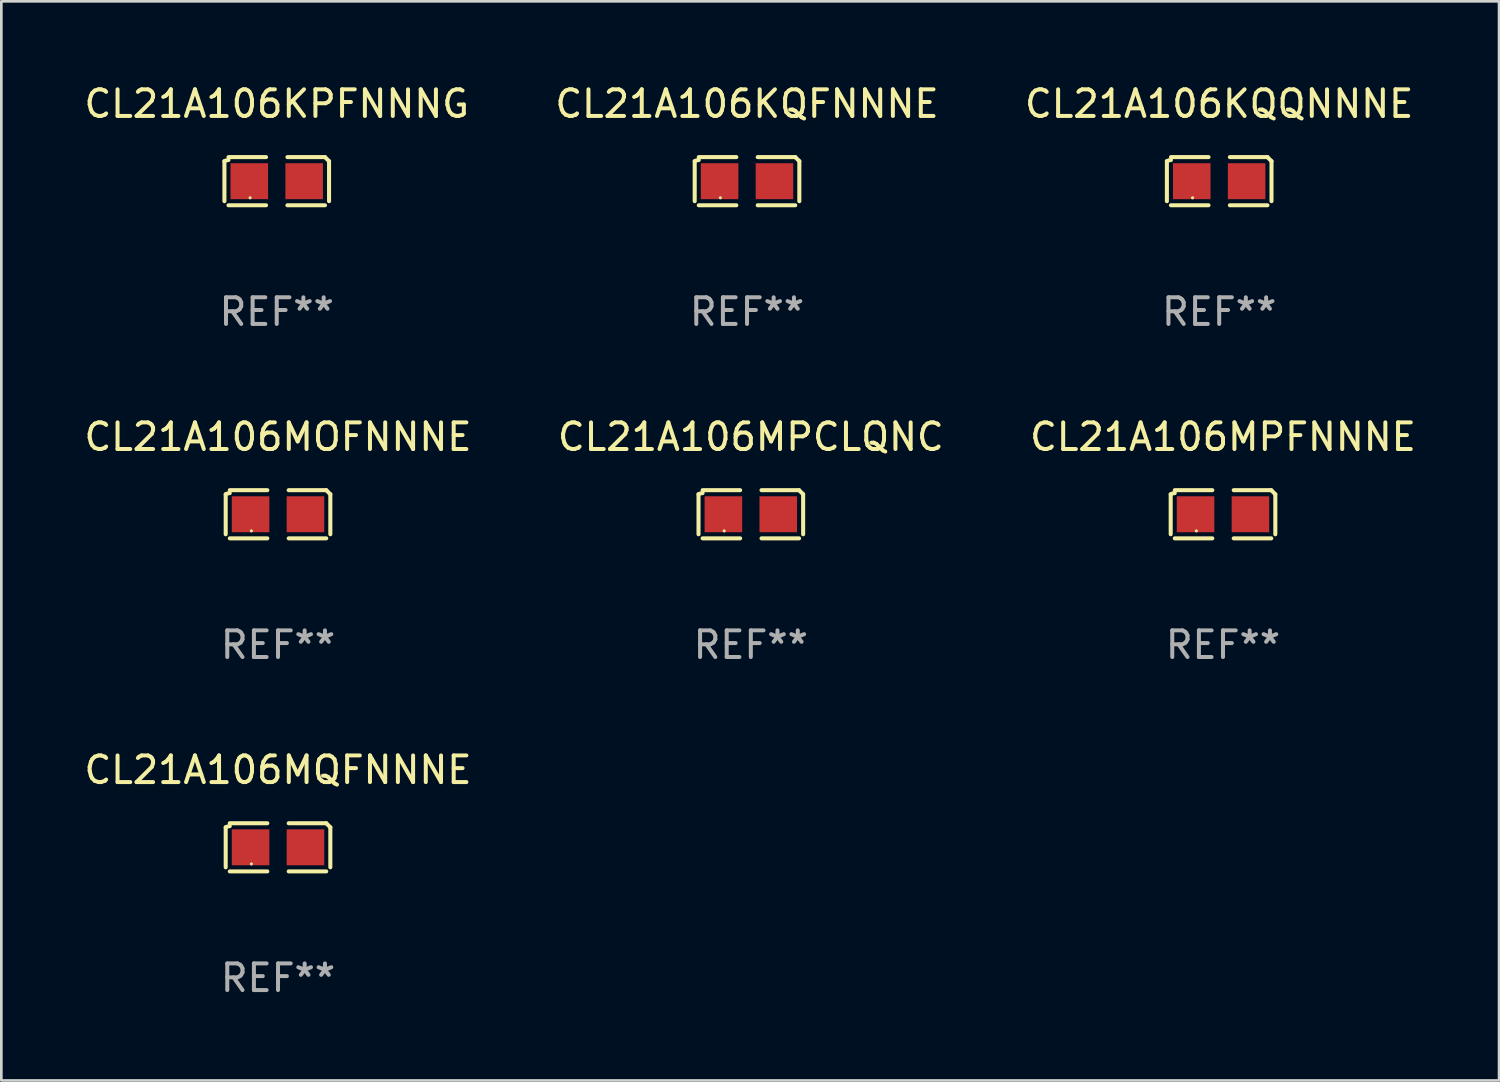
<source format=kicad_pcb>
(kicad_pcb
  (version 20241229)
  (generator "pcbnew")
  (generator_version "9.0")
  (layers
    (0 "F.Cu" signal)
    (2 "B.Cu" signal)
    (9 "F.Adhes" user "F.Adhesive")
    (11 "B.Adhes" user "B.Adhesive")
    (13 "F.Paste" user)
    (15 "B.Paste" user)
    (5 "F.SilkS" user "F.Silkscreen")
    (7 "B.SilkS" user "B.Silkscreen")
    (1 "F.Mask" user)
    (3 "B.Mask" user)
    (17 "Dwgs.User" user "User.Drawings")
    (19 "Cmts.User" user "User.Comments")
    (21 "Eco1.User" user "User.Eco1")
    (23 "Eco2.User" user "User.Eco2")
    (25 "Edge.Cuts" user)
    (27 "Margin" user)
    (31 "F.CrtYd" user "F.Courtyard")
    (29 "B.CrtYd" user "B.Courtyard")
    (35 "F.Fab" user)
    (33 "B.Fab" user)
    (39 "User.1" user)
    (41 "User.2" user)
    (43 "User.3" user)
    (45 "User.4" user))
  (footprint "CL21A106MPCLQNC"
    (layer "F.Cu")
    (at 25.137 16.256)
    (property "Reference" "CL21A106MPCLQNC" (at 0 -2.904 0) (layer "F.SilkS") (effects (font (size 1 1) (thickness 0.15))))
    (attr through_hole)
    (fp_line (start -1.964 0.751) (end -1.964 -0.751) (stroke (width 0.152) (type solid)) (layer "F.SilkS"))
    (fp_line (start -1.811 -0.904) (end -0.401 -0.904) (stroke (width 0.152) (type solid)) (layer "F.SilkS"))
    (fp_line (start -0.401 0.904) (end -1.811 0.904) (stroke (width 0.152) (type solid)) (layer "F.SilkS"))
    (fp_line (start 0.401 0.904) (end 1.811 0.904) (stroke (width 0.152) (type solid)) (layer "F.SilkS"))
    (fp_line (start 1.811 -0.904) (end 0.401 -0.904) (stroke (width 0.152) (type solid)) (layer "F.SilkS"))
    (fp_line (start 1.964 0.751) (end 1.964 -0.751) (stroke (width 0.152) (type solid)) (layer "F.SilkS"))
    (fp_arc (start -1.963602 -0.751207) (mid -1.890354 -0.783131) (end -1.811201 -0.794044) (stroke (width 0.1524) (type solid)) (layer "F.SilkS"))
    (fp_arc (start 1.811202 -0.903607) (mid 1.887413 -0.827418) (end 1.963602 -0.751207) (stroke (width 0.1524) (type solid)) (layer "F.SilkS"))
    (fp_circle (center -1 0.625) (end -0.97 0.625) (stroke (width 0.06) (type solid)) (fill no) (layer "F.SilkS"))
    (fp_text user "REF**" (at 0 4.904 0) (layer "F.Fab") (effects (font (size 1 1) (thickness 0.15))))
    (pad "1" smd rect (at -1.03 0) (size 1.41 1.35) (layers "F.Cu" "F.Mask" "F.Paste"))
    (pad "2" smd rect (at 1.03 0) (size 1.41 1.35) (layers "F.Cu" "F.Mask" "F.Paste")))
  (footprint "CL21A106MQFNNNE"
    (layer "F.Cu")
    (at 7.387 28.759)
    (property "Reference" "CL21A106MQFNNNE" (at 0 -2.904 0) (layer "F.SilkS") (effects (font (size 1 1) (thickness 0.15))))
    (attr through_hole)
    (fp_line (start -1.964 0.751) (end -1.964 -0.751) (stroke (width 0.152) (type solid)) (layer "F.SilkS"))
    (fp_line (start -1.811 -0.904) (end -0.401 -0.904) (stroke (width 0.152) (type solid)) (layer "F.SilkS"))
    (fp_line (start -0.401 0.904) (end -1.811 0.904) (stroke (width 0.152) (type solid)) (layer "F.SilkS"))
    (fp_line (start 0.401 0.904) (end 1.811 0.904) (stroke (width 0.152) (type solid)) (layer "F.SilkS"))
    (fp_line (start 1.811 -0.904) (end 0.401 -0.904) (stroke (width 0.152) (type solid)) (layer "F.SilkS"))
    (fp_line (start 1.964 0.751) (end 1.964 -0.751) (stroke (width 0.152) (type solid)) (layer "F.SilkS"))
    (fp_arc (start -1.963602 -0.751207) (mid -1.890354 -0.783131) (end -1.811201 -0.794044) (stroke (width 0.1524) (type solid)) (layer "F.SilkS"))
    (fp_arc (start 1.811202 -0.903607) (mid 1.887413 -0.827418) (end 1.963602 -0.751207) (stroke (width 0.1524) (type solid)) (layer "F.SilkS"))
    (fp_circle (center -1 0.625) (end -0.97 0.625) (stroke (width 0.06) (type solid)) (fill no) (layer "F.SilkS"))
    (fp_text user "REF**" (at 0 4.904 0) (layer "F.Fab") (effects (font (size 1 1) (thickness 0.15))))
    (pad "1" smd rect (at -1.03 0) (size 1.41 1.35) (layers "F.Cu" "F.Mask" "F.Paste"))
    (pad "2" smd rect (at 1.03 0) (size 1.41 1.35) (layers "F.Cu" "F.Mask" "F.Paste")))
  (footprint "CL21A106KQFNNNE"
    (layer "F.Cu")
    (at 24.994 3.752)
    (property "Reference" "CL21A106KQFNNNE" (at 0 -2.904 0) (layer "F.SilkS") (effects (font (size 1 1) (thickness 0.15))))
    (attr through_hole)
    (fp_line (start -1.964 0.751) (end -1.964 -0.751) (stroke (width 0.152) (type solid)) (layer "F.SilkS"))
    (fp_line (start -1.811 -0.904) (end -0.401 -0.904) (stroke (width 0.152) (type solid)) (layer "F.SilkS"))
    (fp_line (start -0.401 0.904) (end -1.811 0.904) (stroke (width 0.152) (type solid)) (layer "F.SilkS"))
    (fp_line (start 0.401 0.904) (end 1.811 0.904) (stroke (width 0.152) (type solid)) (layer "F.SilkS"))
    (fp_line (start 1.811 -0.904) (end 0.401 -0.904) (stroke (width 0.152) (type solid)) (layer "F.SilkS"))
    (fp_line (start 1.964 0.751) (end 1.964 -0.751) (stroke (width 0.152) (type solid)) (layer "F.SilkS"))
    (fp_arc (start -1.963602 -0.751207) (mid -1.890354 -0.783131) (end -1.811201 -0.794044) (stroke (width 0.1524) (type solid)) (layer "F.SilkS"))
    (fp_arc (start 1.811202 -0.903607) (mid 1.887413 -0.827418) (end 1.963602 -0.751207) (stroke (width 0.1524) (type solid)) (layer "F.SilkS"))
    (fp_circle (center -1 0.625) (end -0.97 0.625) (stroke (width 0.06) (type solid)) (fill no) (layer "F.SilkS"))
    (fp_text user "REF**" (at 0 4.904 0) (layer "F.Fab") (effects (font (size 1 1) (thickness 0.15))))
    (pad "1" smd rect (at -1.03 0) (size 1.41 1.35) (layers "F.Cu" "F.Mask" "F.Paste"))
    (pad "2" smd rect (at 1.03 0) (size 1.41 1.35) (layers "F.Cu" "F.Mask" "F.Paste")))
  (footprint "CL21A106KPFNNNG"
    (layer "F.Cu")
    (at 7.339 3.752)
    (property "Reference" "CL21A106KPFNNNG" (at 0 -2.904 0) (layer "F.SilkS") (effects (font (size 1 1) (thickness 0.15))))
    (attr through_hole)
    (fp_line (start -1.964 0.751) (end -1.964 -0.751) (stroke (width 0.152) (type solid)) (layer "F.SilkS"))
    (fp_line (start -1.811 -0.904) (end -0.401 -0.904) (stroke (width 0.152) (type solid)) (layer "F.SilkS"))
    (fp_line (start -0.401 0.904) (end -1.811 0.904) (stroke (width 0.152) (type solid)) (layer "F.SilkS"))
    (fp_line (start 0.401 0.904) (end 1.811 0.904) (stroke (width 0.152) (type solid)) (layer "F.SilkS"))
    (fp_line (start 1.811 -0.904) (end 0.401 -0.904) (stroke (width 0.152) (type solid)) (layer "F.SilkS"))
    (fp_line (start 1.964 0.751) (end 1.964 -0.751) (stroke (width 0.152) (type solid)) (layer "F.SilkS"))
    (fp_arc (start -1.963602 -0.751207) (mid -1.890354 -0.783131) (end -1.811201 -0.794044) (stroke (width 0.1524) (type solid)) (layer "F.SilkS"))
    (fp_arc (start 1.811202 -0.903607) (mid 1.887413 -0.827418) (end 1.963602 -0.751207) (stroke (width 0.1524) (type solid)) (layer "F.SilkS"))
    (fp_circle (center -1 0.625) (end -0.97 0.625) (stroke (width 0.06) (type solid)) (fill no) (layer "F.SilkS"))
    (fp_text user "REF**" (at 0 4.904 0) (layer "F.Fab") (effects (font (size 1 1) (thickness 0.15))))
    (pad "1" smd rect (at -1.03 0) (size 1.41 1.35) (layers "F.Cu" "F.Mask" "F.Paste"))
    (pad "2" smd rect (at 1.03 0) (size 1.41 1.35) (layers "F.Cu" "F.Mask" "F.Paste")))
  (footprint "CL21A106KQQNNNE"
    (layer "F.Cu")
    (at 42.72 3.752)
    (property "Reference" "CL21A106KQQNNNE" (at 0 -2.904 0) (layer "F.SilkS") (effects (font (size 1 1) (thickness 0.15))))
    (attr through_hole)
    (fp_line (start -1.964 0.751) (end -1.964 -0.751) (stroke (width 0.152) (type solid)) (layer "F.SilkS"))
    (fp_line (start -1.811 -0.904) (end -0.401 -0.904) (stroke (width 0.152) (type solid)) (layer "F.SilkS"))
    (fp_line (start -0.401 0.904) (end -1.811 0.904) (stroke (width 0.152) (type solid)) (layer "F.SilkS"))
    (fp_line (start 0.401 0.904) (end 1.811 0.904) (stroke (width 0.152) (type solid)) (layer "F.SilkS"))
    (fp_line (start 1.811 -0.904) (end 0.401 -0.904) (stroke (width 0.152) (type solid)) (layer "F.SilkS"))
    (fp_line (start 1.964 0.751) (end 1.964 -0.751) (stroke (width 0.152) (type solid)) (layer "F.SilkS"))
    (fp_arc (start -1.963602 -0.751207) (mid -1.890354 -0.783131) (end -1.811201 -0.794044) (stroke (width 0.1524) (type solid)) (layer "F.SilkS"))
    (fp_arc (start 1.811202 -0.903607) (mid 1.887413 -0.827418) (end 1.963602 -0.751207) (stroke (width 0.1524) (type solid)) (layer "F.SilkS"))
    (fp_circle (center -1 0.625) (end -0.97 0.625) (stroke (width 0.06) (type solid)) (fill no) (layer "F.SilkS"))
    (fp_text user "REF**" (at 0 4.904 0) (layer "F.Fab") (effects (font (size 1 1) (thickness 0.15))))
    (pad "1" smd rect (at -1.03 0) (size 1.41 1.35) (layers "F.Cu" "F.Mask" "F.Paste"))
    (pad "2" smd rect (at 1.03 0) (size 1.41 1.35) (layers "F.Cu" "F.Mask" "F.Paste")))
  (footprint "CL21A106MPFNNNE"
    (layer "F.Cu")
    (at 42.863 16.256)
    (property "Reference" "CL21A106MPFNNNE" (at 0 -2.904 0) (layer "F.SilkS") (effects (font (size 1 1) (thickness 0.15))))
    (attr through_hole)
    (fp_line (start -1.964 0.751) (end -1.964 -0.751) (stroke (width 0.152) (type solid)) (layer "F.SilkS"))
    (fp_line (start -1.811 -0.904) (end -0.401 -0.904) (stroke (width 0.152) (type solid)) (layer "F.SilkS"))
    (fp_line (start -0.401 0.904) (end -1.811 0.904) (stroke (width 0.152) (type solid)) (layer "F.SilkS"))
    (fp_line (start 0.401 0.904) (end 1.811 0.904) (stroke (width 0.152) (type solid)) (layer "F.SilkS"))
    (fp_line (start 1.811 -0.904) (end 0.401 -0.904) (stroke (width 0.152) (type solid)) (layer "F.SilkS"))
    (fp_line (start 1.964 0.751) (end 1.964 -0.751) (stroke (width 0.152) (type solid)) (layer "F.SilkS"))
    (fp_arc (start -1.963602 -0.751207) (mid -1.890354 -0.783131) (end -1.811201 -0.794044) (stroke (width 0.1524) (type solid)) (layer "F.SilkS"))
    (fp_arc (start 1.811202 -0.903607) (mid 1.887413 -0.827418) (end 1.963602 -0.751207) (stroke (width 0.1524) (type solid)) (layer "F.SilkS"))
    (fp_circle (center -1 0.625) (end -0.97 0.625) (stroke (width 0.06) (type solid)) (fill no) (layer "F.SilkS"))
    (fp_text user "REF**" (at 0 4.904 0) (layer "F.Fab") (effects (font (size 1 1) (thickness 0.15))))
    (pad "1" smd rect (at -1.03 0) (size 1.41 1.35) (layers "F.Cu" "F.Mask" "F.Paste"))
    (pad "2" smd rect (at 1.03 0) (size 1.41 1.35) (layers "F.Cu" "F.Mask" "F.Paste")))
  (footprint "CL21A106MOFNNNE"
    (layer "F.Cu")
    (at 7.387 16.256)
    (property "Reference" "CL21A106MOFNNNE" (at 0 -2.904 0) (layer "F.SilkS") (effects (font (size 1 1) (thickness 0.15))))
    (attr through_hole)
    (fp_line (start -1.964 0.751) (end -1.964 -0.751) (stroke (width 0.152) (type solid)) (layer "F.SilkS"))
    (fp_line (start -1.811 -0.904) (end -0.401 -0.904) (stroke (width 0.152) (type solid)) (layer "F.SilkS"))
    (fp_line (start -0.401 0.904) (end -1.811 0.904) (stroke (width 0.152) (type solid)) (layer "F.SilkS"))
    (fp_line (start 0.401 0.904) (end 1.811 0.904) (stroke (width 0.152) (type solid)) (layer "F.SilkS"))
    (fp_line (start 1.811 -0.904) (end 0.401 -0.904) (stroke (width 0.152) (type solid)) (layer "F.SilkS"))
    (fp_line (start 1.964 0.751) (end 1.964 -0.751) (stroke (width 0.152) (type solid)) (layer "F.SilkS"))
    (fp_arc (start -1.963602 -0.751207) (mid -1.890354 -0.783131) (end -1.811201 -0.794044) (stroke (width 0.1524) (type solid)) (layer "F.SilkS"))
    (fp_arc (start 1.811202 -0.903607) (mid 1.887413 -0.827418) (end 1.963602 -0.751207) (stroke (width 0.1524) (type solid)) (layer "F.SilkS"))
    (fp_circle (center -1 0.625) (end -0.97 0.625) (stroke (width 0.06) (type solid)) (fill no) (layer "F.SilkS"))
    (fp_text user "REF**" (at 0 4.904 0) (layer "F.Fab") (effects (font (size 1 1) (thickness 0.15))))
    (pad "1" smd rect (at -1.03 0) (size 1.41 1.35) (layers "F.Cu" "F.Mask" "F.Paste"))
    (pad "2" smd rect (at 1.03 0) (size 1.41 1.35) (layers "F.Cu" "F.Mask" "F.Paste")))
  (gr_rect
    (start -3 -3)
    (end 53.226 37.511)
    (stroke (width 0.1) (type default))
    (fill no)
    (layer "Edge.Cuts")))
</source>
